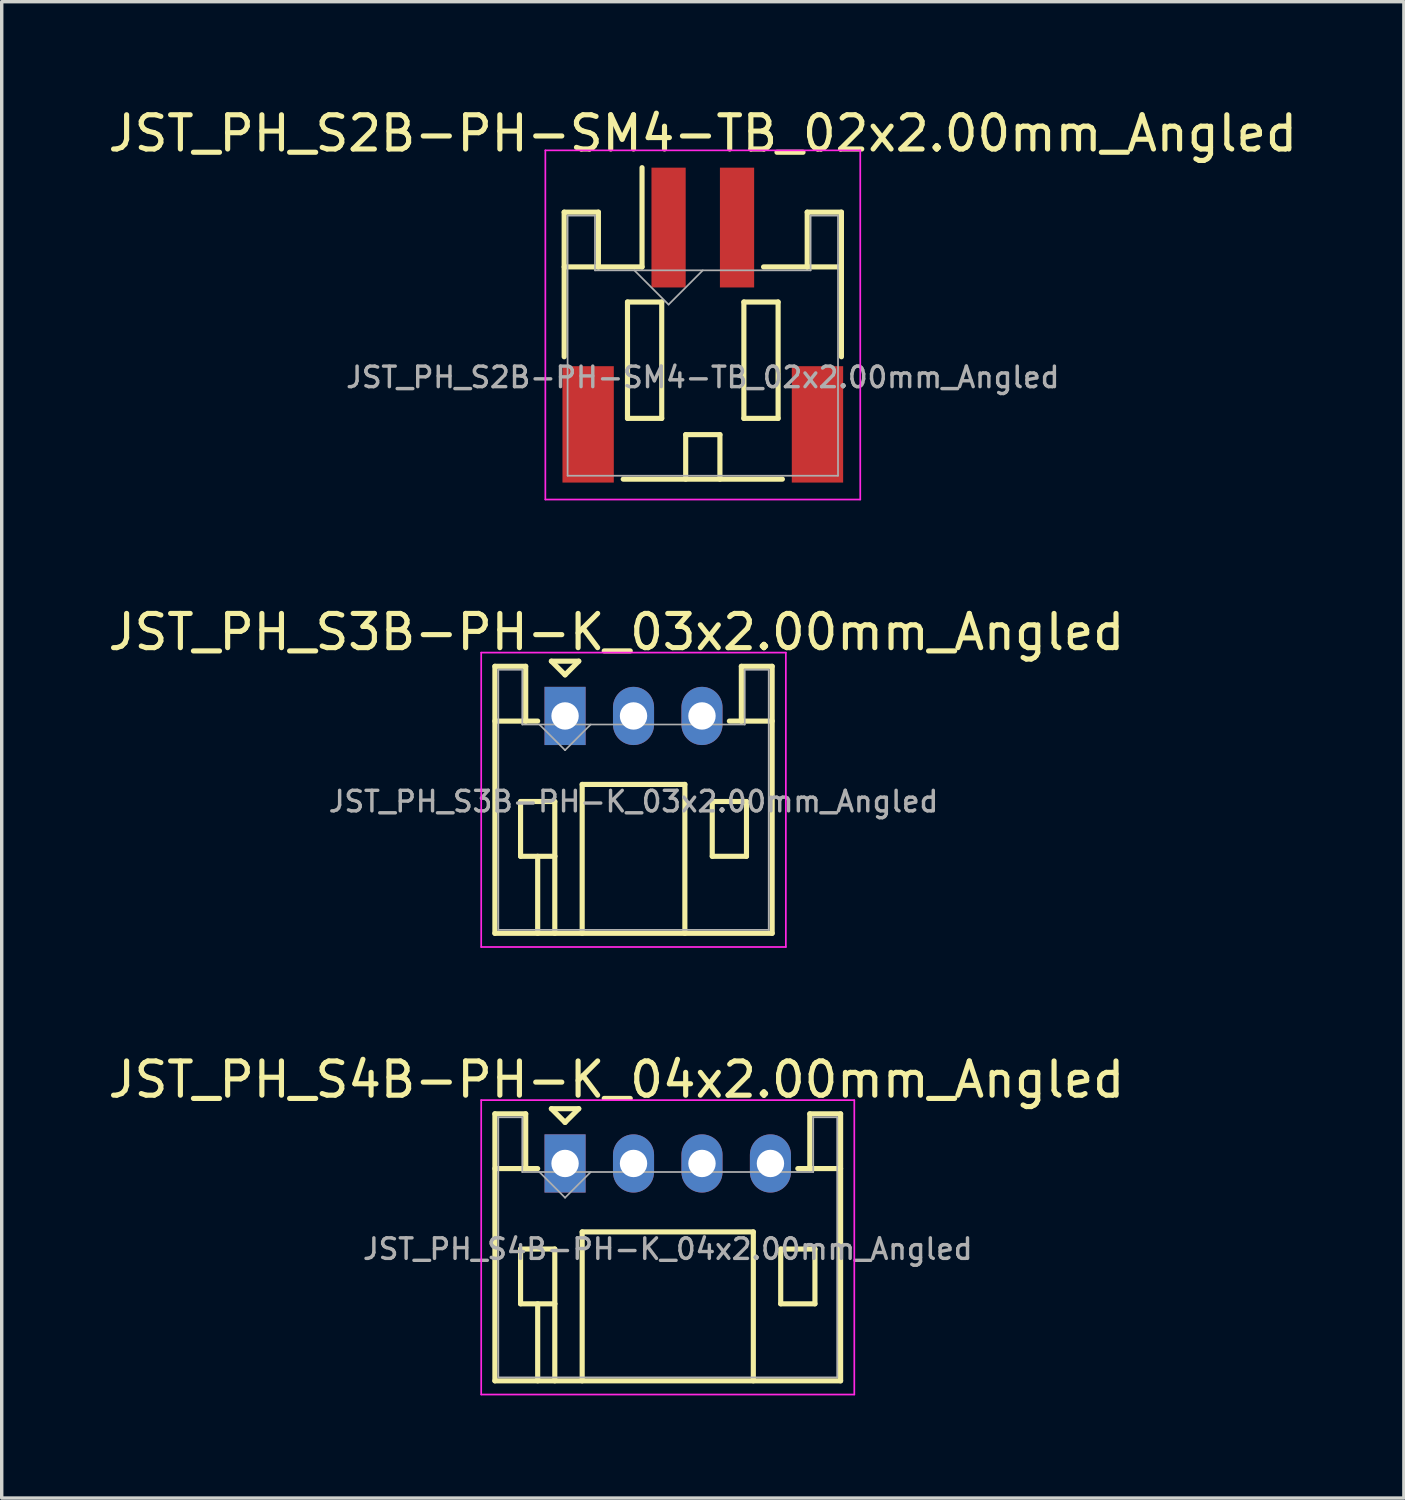
<source format=kicad_pcb>
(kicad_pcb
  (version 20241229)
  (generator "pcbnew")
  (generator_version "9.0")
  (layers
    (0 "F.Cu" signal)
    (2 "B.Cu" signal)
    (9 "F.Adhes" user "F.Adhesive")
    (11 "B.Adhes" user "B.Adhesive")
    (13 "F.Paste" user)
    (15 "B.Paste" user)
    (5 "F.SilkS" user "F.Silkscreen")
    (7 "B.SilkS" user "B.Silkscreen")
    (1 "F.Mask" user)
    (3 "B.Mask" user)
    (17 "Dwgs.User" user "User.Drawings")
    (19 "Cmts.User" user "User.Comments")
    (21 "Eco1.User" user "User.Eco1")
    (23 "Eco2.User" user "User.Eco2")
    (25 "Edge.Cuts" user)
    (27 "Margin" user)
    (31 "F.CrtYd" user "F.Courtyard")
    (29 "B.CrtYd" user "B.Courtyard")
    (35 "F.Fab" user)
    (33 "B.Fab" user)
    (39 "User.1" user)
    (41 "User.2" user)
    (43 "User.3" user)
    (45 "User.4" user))
  (footprint "JST_PH_S2B-PH-SM4-TB_02x2.00mm_Angled"
    (layer "F.Cu")
    (at 17.482 6.473)
    (property "Reference" "JST_PH_S2B-PH-SM4-TB_02x2.00mm_Angled" (at 0 1.5 0) (layer "F.Fab") (effects (font (size 0.6 0.6) (thickness 0.1))))
    (attr smd)
    (fp_line (start -4.05 -3.325) (end -4.05 0.9) (stroke (width 0.15) (type solid)) (layer "F.SilkS"))
    (fp_line (start -4.05 -1.725) (end -3.05 -1.725) (stroke (width 0.15) (type solid)) (layer "F.SilkS"))
    (fp_line (start -3.05 -3.325) (end -4.05 -3.325) (stroke (width 0.15) (type solid)) (layer "F.SilkS"))
    (fp_line (start -3.05 -1.725) (end -3.05 -3.325) (stroke (width 0.15) (type solid)) (layer "F.SilkS"))
    (fp_line (start -2.325 4.475) (end 2.325 4.475) (stroke (width 0.15) (type solid)) (layer "F.SilkS"))
    (fp_line (start -2.2 -0.7) (end -2.2 2.7) (stroke (width 0.15) (type solid)) (layer "F.SilkS"))
    (fp_line (start -2.2 2.7) (end -1.2 2.7) (stroke (width 0.15) (type solid)) (layer "F.SilkS"))
    (fp_line (start -1.775 -1.725) (end -3.05 -1.725) (stroke (width 0.15) (type solid)) (layer "F.SilkS"))
    (fp_line (start -1.775 -1.725) (end -1.775 -4.625) (stroke (width 0.15) (type solid)) (layer "F.SilkS"))
    (fp_line (start -1.2 -0.7) (end -2.2 -0.7) (stroke (width 0.15) (type solid)) (layer "F.SilkS"))
    (fp_line (start -1.2 2.7) (end -1.2 -0.7) (stroke (width 0.15) (type solid)) (layer "F.SilkS"))
    (fp_line (start -0.5 3.175) (end 0.5 3.175) (stroke (width 0.15) (type solid)) (layer "F.SilkS"))
    (fp_line (start -0.5 4.475) (end -0.5 3.175) (stroke (width 0.15) (type solid)) (layer "F.SilkS"))
    (fp_line (start 0.5 3.175) (end 0.5 4.475) (stroke (width 0.15) (type solid)) (layer "F.SilkS"))
    (fp_line (start 1.2 -0.7) (end 2.2 -0.7) (stroke (width 0.15) (type solid)) (layer "F.SilkS"))
    (fp_line (start 1.2 2.7) (end 1.2 -0.7) (stroke (width 0.15) (type solid)) (layer "F.SilkS"))
    (fp_line (start 2.2 -0.7) (end 2.2 2.7) (stroke (width 0.15) (type solid)) (layer "F.SilkS"))
    (fp_line (start 2.2 2.7) (end 1.2 2.7) (stroke (width 0.15) (type solid)) (layer "F.SilkS"))
    (fp_line (start 3.05 -3.325) (end 3.05 -1.725) (stroke (width 0.15) (type solid)) (layer "F.SilkS"))
    (fp_line (start 3.05 -1.725) (end 1.775 -1.725) (stroke (width 0.15) (type solid)) (layer "F.SilkS"))
    (fp_line (start 4.05 -3.325) (end 3.05 -3.325) (stroke (width 0.15) (type solid)) (layer "F.SilkS"))
    (fp_line (start 4.05 -1.725) (end 3.05 -1.725) (stroke (width 0.15) (type solid)) (layer "F.SilkS"))
    (fp_line (start 4.05 0.9) (end 4.05 -3.325) (stroke (width 0.15) (type solid)) (layer "F.SilkS"))
    (fp_line (start -4.6 -5.13) (end -4.6 5.07) (stroke (width 0.05) (type solid)) (layer "F.CrtYd"))
    (fp_line (start -4.6 5.07) (end 4.6 5.07) (stroke (width 0.05) (type solid)) (layer "F.CrtYd"))
    (fp_line (start 4.6 -5.13) (end -4.6 -5.13) (stroke (width 0.05) (type solid)) (layer "F.CrtYd"))
    (fp_line (start 4.6 5.07) (end 4.6 -5.13) (stroke (width 0.05) (type solid)) (layer "F.CrtYd"))
    (fp_line (start -3.95 -3.225) (end -3.95 4.375) (stroke (width 0.05) (type solid)) (layer "F.Fab"))
    (fp_line (start -3.95 4.375) (end 3.95 4.375) (stroke (width 0.05) (type solid)) (layer "F.Fab"))
    (fp_line (start -3.15 -3.225) (end -3.95 -3.225) (stroke (width 0.05) (type solid)) (layer "F.Fab"))
    (fp_line (start -3.15 -1.625) (end -3.15 -3.225) (stroke (width 0.05) (type solid)) (layer "F.Fab"))
    (fp_line (start -2 -1.625) (end -1 -0.625) (stroke (width 0.05) (type solid)) (layer "F.Fab"))
    (fp_line (start -1 -0.625) (end 0 -1.625) (stroke (width 0.05) (type solid)) (layer "F.Fab"))
    (fp_line (start 3.15 -3.225) (end 3.15 -1.625) (stroke (width 0.05) (type solid)) (layer "F.Fab"))
    (fp_line (start 3.15 -1.625) (end -3.15 -1.625) (stroke (width 0.05) (type solid)) (layer "F.Fab"))
    (fp_line (start 3.95 -3.225) (end 3.15 -3.225) (stroke (width 0.05) (type solid)) (layer "F.Fab"))
    (fp_line (start 3.95 4.375) (end 3.95 -3.225) (stroke (width 0.05) (type solid)) (layer "F.Fab"))
    (fp_text user "${REFERENCE}" (at 0 -5.625 0) (layer "F.SilkS") (effects (font (size 1 1) (thickness 0.15))))
    (pad "" smd rect (at -3.35 2.875) (size 1.5 3.4) (layers "F.Cu" "F.Mask" "F.Paste"))
    (pad "" smd rect (at 3.35 2.875) (size 1.5 3.4) (layers "F.Cu" "F.Mask" "F.Paste"))
    (pad "1" smd rect (at -1 -2.875) (size 1 3.5) (layers "F.Cu" "F.Mask" "F.Paste"))
    (pad "2" smd rect (at 1 -2.875) (size 1 3.5) (layers "F.Cu" "F.Mask" "F.Paste")))
  (footprint "JST_PH_S3B-PH-K_03x2.00mm_Angled"
    (layer "F.Cu")
    (at 13.458 17.866)
    (property "Reference" "JST_PH_S3B-PH-K_03x2.00mm_Angled" (at 2 2.5 0) (layer "F.Fab") (effects (font (size 0.6 0.6) (thickness 0.1))))
    (attr through_hole)
    (fp_line (start -2.05 -1.45) (end -2.05 6.35) (stroke (width 0.15) (type solid)) (layer "F.SilkS"))
    (fp_line (start -2.05 0.15) (end -1.15 0.15) (stroke (width 0.15) (type solid)) (layer "F.SilkS"))
    (fp_line (start -2.05 6.35) (end 6.05 6.35) (stroke (width 0.15) (type solid)) (layer "F.SilkS"))
    (fp_line (start -1.3 2.5) (end -1.3 4.1) (stroke (width 0.15) (type solid)) (layer "F.SilkS"))
    (fp_line (start -1.3 4.1) (end -0.3 4.1) (stroke (width 0.15) (type solid)) (layer "F.SilkS"))
    (fp_line (start -1.15 -1.45) (end -2.05 -1.45) (stroke (width 0.15) (type solid)) (layer "F.SilkS"))
    (fp_line (start -1.15 0.15) (end -1.15 -1.45) (stroke (width 0.15) (type solid)) (layer "F.SilkS"))
    (fp_line (start -0.8 0.15) (end -1.15 0.15) (stroke (width 0.15) (type solid)) (layer "F.SilkS"))
    (fp_line (start -0.8 4.1) (end -0.8 6.35) (stroke (width 0.15) (type solid)) (layer "F.SilkS"))
    (fp_line (start -0.4 -1.6) (end 0.4 -1.6) (stroke (width 0.15) (type solid)) (layer "F.SilkS"))
    (fp_line (start -0.3 2.5) (end -1.3 2.5) (stroke (width 0.15) (type solid)) (layer "F.SilkS"))
    (fp_line (start -0.3 4.1) (end -0.3 2.5) (stroke (width 0.15) (type solid)) (layer "F.SilkS"))
    (fp_line (start -0.3 4.1) (end -0.3 6.35) (stroke (width 0.15) (type solid)) (layer "F.SilkS"))
    (fp_line (start 0 -1.2) (end -0.4 -1.6) (stroke (width 0.15) (type solid)) (layer "F.SilkS"))
    (fp_line (start 0.4 -1.6) (end 0 -1.2) (stroke (width 0.15) (type solid)) (layer "F.SilkS"))
    (fp_line (start 0.5 2) (end 3.5 2) (stroke (width 0.15) (type solid)) (layer "F.SilkS"))
    (fp_line (start 0.5 6.35) (end 0.5 2) (stroke (width 0.15) (type solid)) (layer "F.SilkS"))
    (fp_line (start 3.5 2) (end 3.5 6.35) (stroke (width 0.15) (type solid)) (layer "F.SilkS"))
    (fp_line (start 4.3 2.5) (end 5.3 2.5) (stroke (width 0.15) (type solid)) (layer "F.SilkS"))
    (fp_line (start 4.3 4.1) (end 4.3 2.5) (stroke (width 0.15) (type solid)) (layer "F.SilkS"))
    (fp_line (start 5.15 -1.45) (end 5.15 0.15) (stroke (width 0.15) (type solid)) (layer "F.SilkS"))
    (fp_line (start 5.15 0.15) (end 4.8 0.15) (stroke (width 0.15) (type solid)) (layer "F.SilkS"))
    (fp_line (start 5.3 2.5) (end 5.3 4.1) (stroke (width 0.15) (type solid)) (layer "F.SilkS"))
    (fp_line (start 5.3 4.1) (end 4.3 4.1) (stroke (width 0.15) (type solid)) (layer "F.SilkS"))
    (fp_line (start 6.05 -1.45) (end 5.15 -1.45) (stroke (width 0.15) (type solid)) (layer "F.SilkS"))
    (fp_line (start 6.05 0.15) (end 5.15 0.15) (stroke (width 0.15) (type solid)) (layer "F.SilkS"))
    (fp_line (start 6.05 6.35) (end 6.05 -1.45) (stroke (width 0.15) (type solid)) (layer "F.SilkS"))
    (fp_line (start -2.45 -1.85) (end -2.45 6.75) (stroke (width 0.05) (type solid)) (layer "F.CrtYd"))
    (fp_line (start -2.45 6.75) (end 6.45 6.75) (stroke (width 0.05) (type solid)) (layer "F.CrtYd"))
    (fp_line (start 6.45 -1.85) (end -2.45 -1.85) (stroke (width 0.05) (type solid)) (layer "F.CrtYd"))
    (fp_line (start 6.45 6.75) (end 6.45 -1.85) (stroke (width 0.05) (type solid)) (layer "F.CrtYd"))
    (fp_line (start -1.95 -1.35) (end -1.95 6.25) (stroke (width 0.05) (type solid)) (layer "F.Fab"))
    (fp_line (start -1.95 6.25) (end 5.95 6.25) (stroke (width 0.05) (type solid)) (layer "F.Fab"))
    (fp_line (start -1.25 -1.35) (end -1.95 -1.35) (stroke (width 0.05) (type solid)) (layer "F.Fab"))
    (fp_line (start -1.25 0.25) (end -1.25 -1.35) (stroke (width 0.05) (type solid)) (layer "F.Fab"))
    (fp_line (start -0.75 0.25) (end 0 1) (stroke (width 0.05) (type solid)) (layer "F.Fab"))
    (fp_line (start 0 1) (end 0.75 0.25) (stroke (width 0.05) (type solid)) (layer "F.Fab"))
    (fp_line (start 5.25 -1.35) (end 5.25 0.25) (stroke (width 0.05) (type solid)) (layer "F.Fab"))
    (fp_line (start 5.25 0.25) (end -1.25 0.25) (stroke (width 0.05) (type solid)) (layer "F.Fab"))
    (fp_line (start 5.95 -1.35) (end 5.25 -1.35) (stroke (width 0.05) (type solid)) (layer "F.Fab"))
    (fp_line (start 5.95 6.25) (end 5.95 -1.35) (stroke (width 0.05) (type solid)) (layer "F.Fab"))
    (fp_text user "${REFERENCE}" (at 1.5 -2.45 0) (layer "F.SilkS") (effects (font (size 1 1) (thickness 0.15))))
    (pad "1" thru_hole rect (at 0 0) (size 1.2 1.7) (drill 0.8) (layers "*.Cu" "*.Mask"))
    (pad "2" thru_hole oval (at 2 0) (size 1.2 1.7) (drill 0.8) (layers "*.Cu" "*.Mask"))
    (pad "3" thru_hole oval (at 4 0) (size 1.2 1.7) (drill 0.8) (layers "*.Cu" "*.Mask")))
  (footprint "JST_PH_S4B-PH-K_04x2.00mm_Angled"
    (layer "F.Cu")
    (at 13.458 30.94)
    (property "Reference" "JST_PH_S4B-PH-K_04x2.00mm_Angled" (at 3 2.5 0) (layer "F.Fab") (effects (font (size 0.6 0.6) (thickness 0.1))))
    (attr through_hole)
    (fp_line (start -2.05 -1.45) (end -2.05 6.35) (stroke (width 0.15) (type solid)) (layer "F.SilkS"))
    (fp_line (start -2.05 0.15) (end -1.15 0.15) (stroke (width 0.15) (type solid)) (layer "F.SilkS"))
    (fp_line (start -2.05 6.35) (end 8.05 6.35) (stroke (width 0.15) (type solid)) (layer "F.SilkS"))
    (fp_line (start -1.3 2.5) (end -1.3 4.1) (stroke (width 0.15) (type solid)) (layer "F.SilkS"))
    (fp_line (start -1.3 4.1) (end -0.3 4.1) (stroke (width 0.15) (type solid)) (layer "F.SilkS"))
    (fp_line (start -1.15 -1.45) (end -2.05 -1.45) (stroke (width 0.15) (type solid)) (layer "F.SilkS"))
    (fp_line (start -1.15 0.15) (end -1.15 -1.45) (stroke (width 0.15) (type solid)) (layer "F.SilkS"))
    (fp_line (start -0.8 0.15) (end -1.15 0.15) (stroke (width 0.15) (type solid)) (layer "F.SilkS"))
    (fp_line (start -0.8 4.1) (end -0.8 6.35) (stroke (width 0.15) (type solid)) (layer "F.SilkS"))
    (fp_line (start -0.4 -1.6) (end 0.4 -1.6) (stroke (width 0.15) (type solid)) (layer "F.SilkS"))
    (fp_line (start -0.3 2.5) (end -1.3 2.5) (stroke (width 0.15) (type solid)) (layer "F.SilkS"))
    (fp_line (start -0.3 4.1) (end -0.3 2.5) (stroke (width 0.15) (type solid)) (layer "F.SilkS"))
    (fp_line (start -0.3 4.1) (end -0.3 6.35) (stroke (width 0.15) (type solid)) (layer "F.SilkS"))
    (fp_line (start 0 -1.2) (end -0.4 -1.6) (stroke (width 0.15) (type solid)) (layer "F.SilkS"))
    (fp_line (start 0.4 -1.6) (end 0 -1.2) (stroke (width 0.15) (type solid)) (layer "F.SilkS"))
    (fp_line (start 0.5 2) (end 5.5 2) (stroke (width 0.15) (type solid)) (layer "F.SilkS"))
    (fp_line (start 0.5 6.35) (end 0.5 2) (stroke (width 0.15) (type solid)) (layer "F.SilkS"))
    (fp_line (start 5.5 2) (end 5.5 6.35) (stroke (width 0.15) (type solid)) (layer "F.SilkS"))
    (fp_line (start 6.3 2.5) (end 7.3 2.5) (stroke (width 0.15) (type solid)) (layer "F.SilkS"))
    (fp_line (start 6.3 4.1) (end 6.3 2.5) (stroke (width 0.15) (type solid)) (layer "F.SilkS"))
    (fp_line (start 7.15 -1.45) (end 7.15 0.15) (stroke (width 0.15) (type solid)) (layer "F.SilkS"))
    (fp_line (start 7.15 0.15) (end 6.8 0.15) (stroke (width 0.15) (type solid)) (layer "F.SilkS"))
    (fp_line (start 7.3 2.5) (end 7.3 4.1) (stroke (width 0.15) (type solid)) (layer "F.SilkS"))
    (fp_line (start 7.3 4.1) (end 6.3 4.1) (stroke (width 0.15) (type solid)) (layer "F.SilkS"))
    (fp_line (start 8.05 -1.45) (end 7.15 -1.45) (stroke (width 0.15) (type solid)) (layer "F.SilkS"))
    (fp_line (start 8.05 0.15) (end 7.15 0.15) (stroke (width 0.15) (type solid)) (layer "F.SilkS"))
    (fp_line (start 8.05 6.35) (end 8.05 -1.45) (stroke (width 0.15) (type solid)) (layer "F.SilkS"))
    (fp_line (start -2.45 -1.85) (end -2.45 6.75) (stroke (width 0.05) (type solid)) (layer "F.CrtYd"))
    (fp_line (start -2.45 6.75) (end 8.45 6.75) (stroke (width 0.05) (type solid)) (layer "F.CrtYd"))
    (fp_line (start 8.45 -1.85) (end -2.45 -1.85) (stroke (width 0.05) (type solid)) (layer "F.CrtYd"))
    (fp_line (start 8.45 6.75) (end 8.45 -1.85) (stroke (width 0.05) (type solid)) (layer "F.CrtYd"))
    (fp_line (start -1.95 -1.35) (end -1.95 6.25) (stroke (width 0.05) (type solid)) (layer "F.Fab"))
    (fp_line (start -1.95 6.25) (end 7.95 6.25) (stroke (width 0.05) (type solid)) (layer "F.Fab"))
    (fp_line (start -1.25 -1.35) (end -1.95 -1.35) (stroke (width 0.05) (type solid)) (layer "F.Fab"))
    (fp_line (start -1.25 0.25) (end -1.25 -1.35) (stroke (width 0.05) (type solid)) (layer "F.Fab"))
    (fp_line (start -0.75 0.25) (end 0 1) (stroke (width 0.05) (type solid)) (layer "F.Fab"))
    (fp_line (start 0 1) (end 0.75 0.25) (stroke (width 0.05) (type solid)) (layer "F.Fab"))
    (fp_line (start 7.25 -1.35) (end 7.25 0.25) (stroke (width 0.05) (type solid)) (layer "F.Fab"))
    (fp_line (start 7.25 0.25) (end -1.25 0.25) (stroke (width 0.05) (type solid)) (layer "F.Fab"))
    (fp_line (start 7.95 -1.35) (end 7.25 -1.35) (stroke (width 0.05) (type solid)) (layer "F.Fab"))
    (fp_line (start 7.95 6.25) (end 7.95 -1.35) (stroke (width 0.05) (type solid)) (layer "F.Fab"))
    (fp_text user "${REFERENCE}" (at 1.5 -2.45 0) (layer "F.SilkS") (effects (font (size 1 1) (thickness 0.15))))
    (pad "1" thru_hole rect (at 0 0) (size 1.2 1.7) (drill 0.8) (layers "*.Cu" "*.Mask"))
    (pad "2" thru_hole oval (at 2 0) (size 1.2 1.7) (drill 0.8) (layers "*.Cu" "*.Mask"))
    (pad "3" thru_hole oval (at 4 0) (size 1.2 1.7) (drill 0.8) (layers "*.Cu" "*.Mask"))
    (pad "4" thru_hole oval (at 6 0) (size 1.2 1.7) (drill 0.8) (layers "*.Cu" "*.Mask")))
  (gr_rect
    (start -3 -3)
    (end 37.964 40.715)
    (stroke (width 0.1) (type default))
    (fill no)
    (layer "Edge.Cuts")))
</source>
